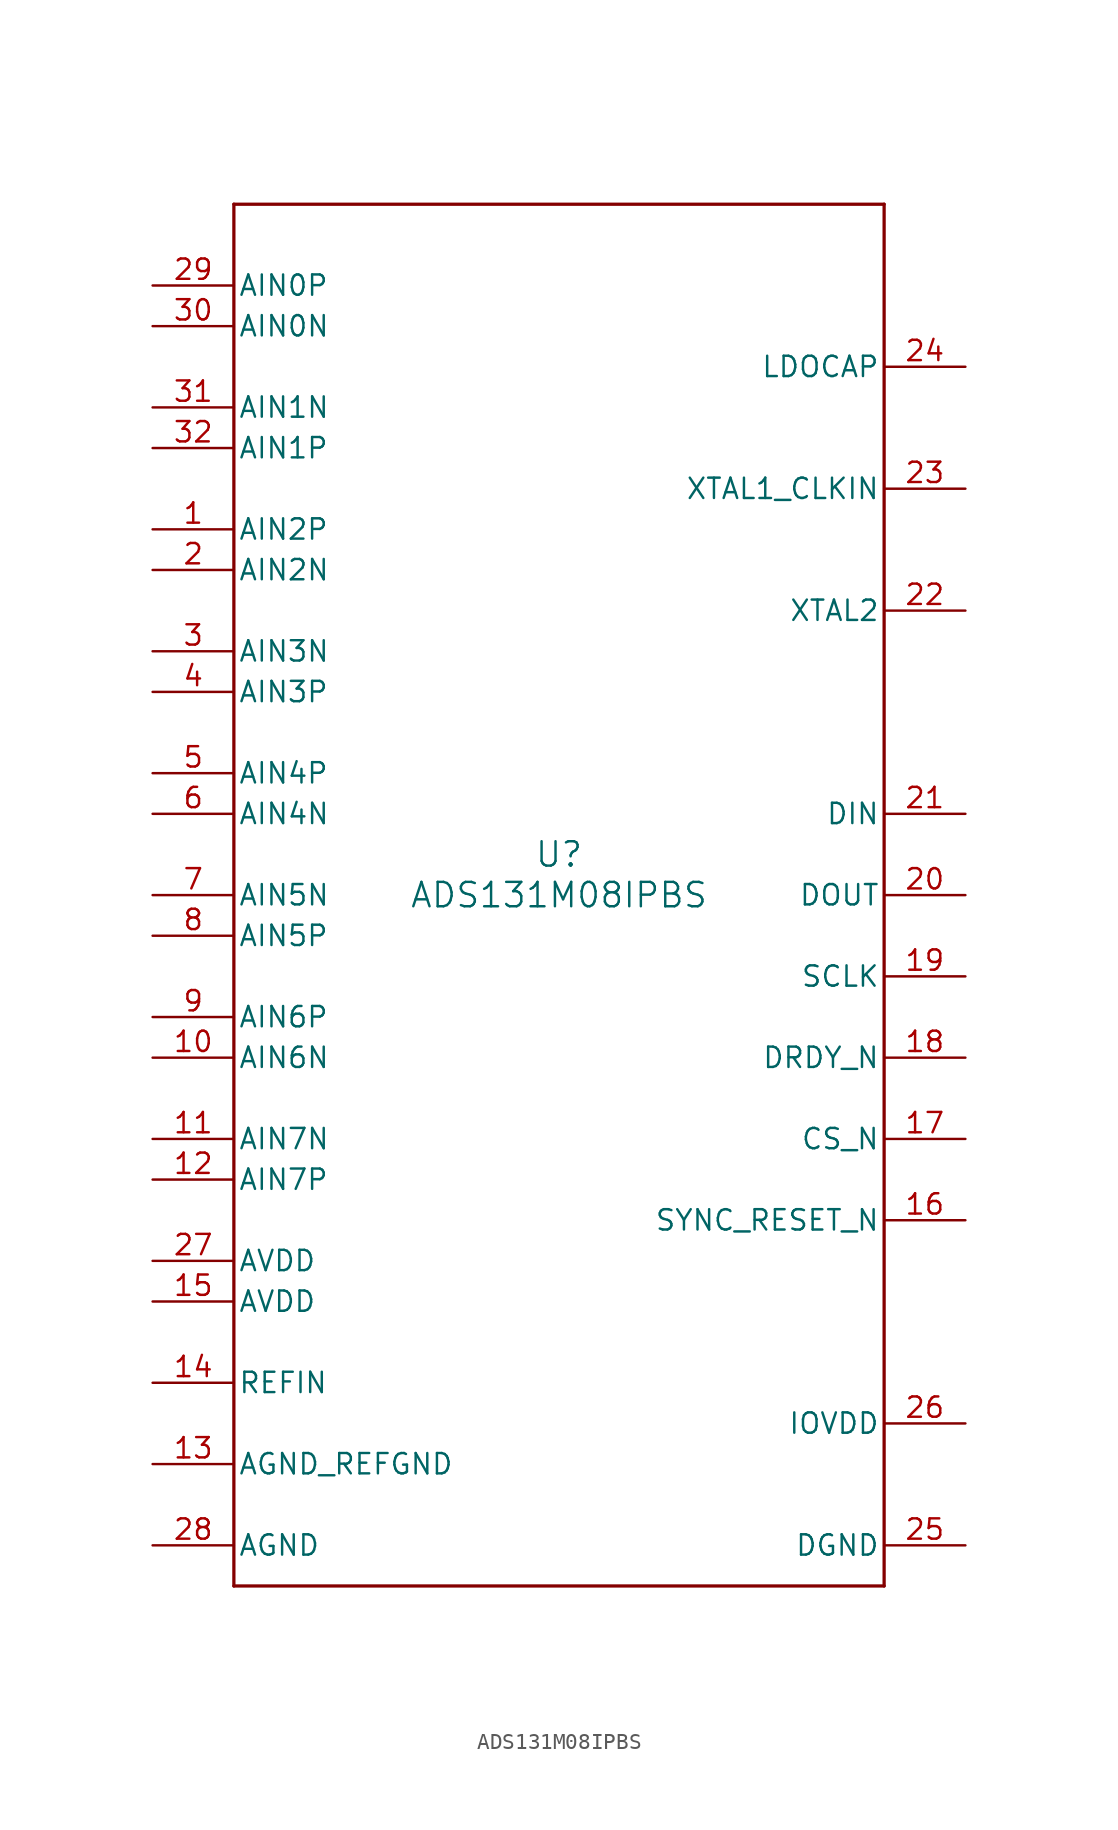
<source format=kicad_sym>
(kicad_symbol_lib
  (version 20211014)
  (generator kicad_symbol_editor)
  (symbol "ADS131M08IPBS"
    (pin_names
      (offset 0.254))
    (property "Reference" "U"
      (at 0 2.54 0)
      (effects (font (size 1.524 1.524))))
    (property "Value" "ADS131M08IPBS"
      (at 0 0 0)
      (effects (font (size 1.524 1.524))))
    (symbol "ADS131M08IPBS_0_1"
      (polyline (pts (xy -20.32 -43.18) (xy 20.32 -43.18)) (stroke (width 0.203) (type default) (color 0 0 0 0)) (fill (type none)))
      (polyline (pts (xy 20.32 -43.18) (xy 20.32 43.18)) (stroke (width 0.203) (type default) (color 0 0 0 0)) (fill (type none)))
      (polyline (pts (xy 20.32 43.18) (xy -20.32 43.18)) (stroke (width 0.203) (type default) (color 0 0 0 0)) (fill (type none)))
      (polyline (pts (xy -20.32 43.18) (xy -20.32 -43.18)) (stroke (width 0.203) (type default) (color 0 0 0 0)) (fill (type none)))
      (pin input line (at -25.4 22.86 0) (length 5.08) (name "AIN2P" (effects (font (size 1.27 1.27)))) (number "1" (effects (font (size 1.27 1.27)))))
      (pin input line (at -25.4 20.32 0) (length 5.08) (name "AIN2N" (effects (font (size 1.27 1.27)))) (number "2" (effects (font (size 1.27 1.27)))))
      (pin input line (at -25.4 15.24 0) (length 5.08) (name "AIN3N" (effects (font (size 1.27 1.27)))) (number "3" (effects (font (size 1.27 1.27)))))
      (pin input line (at -25.4 12.7 0) (length 5.08) (name "AIN3P" (effects (font (size 1.27 1.27)))) (number "4" (effects (font (size 1.27 1.27)))))
      (pin input line (at -25.4 7.62 0) (length 5.08) (name "AIN4P" (effects (font (size 1.27 1.27)))) (number "5" (effects (font (size 1.27 1.27)))))
      (pin input line (at -25.4 5.08 0) (length 5.08) (name "AIN4N" (effects (font (size 1.27 1.27)))) (number "6" (effects (font (size 1.27 1.27)))))
      (pin input line (at -25.4 0 0) (length 5.08) (name "AIN5N" (effects (font (size 1.27 1.27)))) (number "7" (effects (font (size 1.27 1.27)))))
      (pin input line (at -25.4 -2.54 0) (length 5.08) (name "AIN5P" (effects (font (size 1.27 1.27)))) (number "8" (effects (font (size 1.27 1.27)))))
      (pin input line (at -25.4 -7.62 0) (length 5.08) (name "AIN6P" (effects (font (size 1.27 1.27)))) (number "9" (effects (font (size 1.27 1.27)))))
      (pin input line (at -25.4 -10.16 0) (length 5.08) (name "AIN6N" (effects (font (size 1.27 1.27)))) (number "10" (effects (font (size 1.27 1.27)))))
      (pin input line (at -25.4 -15.24 0) (length 5.08) (name "AIN7N" (effects (font (size 1.27 1.27)))) (number "11" (effects (font (size 1.27 1.27)))))
      (pin input line (at -25.4 -17.78 0) (length 5.08) (name "AIN7P" (effects (font (size 1.27 1.27)))) (number "12" (effects (font (size 1.27 1.27)))))
      (pin power_in line (at -25.4 -35.56 0) (length 5.08) (name "AGND_REFGND" (effects (font (size 1.27 1.27)))) (number "13" (effects (font (size 1.27 1.27)))))
      (pin input line (at -25.4 -30.48 0) (length 5.08) (name "REFIN" (effects (font (size 1.27 1.27)))) (number "14" (effects (font (size 1.27 1.27)))))
      (pin power_in line (at -25.4 -25.4 0) (length 5.08) (name "AVDD" (effects (font (size 1.27 1.27)))) (number "15" (effects (font (size 1.27 1.27)))))
      (pin input line (at 25.4 -20.32 180) (length 5.08) (name "SYNC_RESET_N" (effects (font (size 1.27 1.27)))) (number "16" (effects (font (size 1.27 1.27)))))
      (pin input line (at 25.4 -15.24 180) (length 5.08) (name "CS_N" (effects (font (size 1.27 1.27)))) (number "17" (effects (font (size 1.27 1.27)))))
      (pin output line (at 25.4 -10.16 180) (length 5.08) (name "DRDY_N" (effects (font (size 1.27 1.27)))) (number "18" (effects (font (size 1.27 1.27)))))
      (pin input line (at 25.4 -5.08 180) (length 5.08) (name "SCLK" (effects (font (size 1.27 1.27)))) (number "19" (effects (font (size 1.27 1.27)))))
      (pin output line (at 25.4 0 180) (length 5.08) (name "DOUT" (effects (font (size 1.27 1.27)))) (number "20" (effects (font (size 1.27 1.27)))))
      (pin input line (at 25.4 5.08 180) (length 5.08) (name "DIN" (effects (font (size 1.27 1.27)))) (number "21" (effects (font (size 1.27 1.27)))))
      (pin input line (at 25.4 17.78 180) (length 5.08) (name "XTAL2" (effects (font (size 1.27 1.27)))) (number "22" (effects (font (size 1.27 1.27)))))
      (pin input line (at 25.4 25.4 180) (length 5.08) (name "XTAL1_CLKIN" (effects (font (size 1.27 1.27)))) (number "23" (effects (font (size 1.27 1.27)))))
      (pin unspecified line (at 25.4 33.02 180) (length 5.08) (name "LDOCAP" (effects (font (size 1.27 1.27)))) (number "24" (effects (font (size 1.27 1.27)))))
      (pin power_in line (at 25.4 -40.64 180) (length 5.08) (name "DGND" (effects (font (size 1.27 1.27)))) (number "25" (effects (font (size 1.27 1.27)))))
      (pin power_in line (at 25.4 -33.02 180) (length 5.08) (name "IOVDD" (effects (font (size 1.27 1.27)))) (number "26" (effects (font (size 1.27 1.27)))))
      (pin power_in line (at -25.4 -22.86 0) (length 5.08) (name "AVDD" (effects (font (size 1.27 1.27)))) (number "27" (effects (font (size 1.27 1.27)))))
      (pin power_in line (at -25.4 -40.64 0) (length 5.08) (name "AGND" (effects (font (size 1.27 1.27)))) (number "28" (effects (font (size 1.27 1.27)))))
      (pin input line (at -25.4 38.1 0) (length 5.08) (name "AIN0P" (effects (font (size 1.27 1.27)))) (number "29" (effects (font (size 1.27 1.27)))))
      (pin input line (at -25.4 35.56 0) (length 5.08) (name "AIN0N" (effects (font (size 1.27 1.27)))) (number "30" (effects (font (size 1.27 1.27)))))
      (pin input line (at -25.4 30.48 0) (length 5.08) (name "AIN1N" (effects (font (size 1.27 1.27)))) (number "31" (effects (font (size 1.27 1.27)))))
      (pin input line (at -25.4 27.94 0) (length 5.08) (name "AIN1P" (effects (font (size 1.27 1.27)))) (number "32" (effects (font (size 1.27 1.27))))))))
</source>
